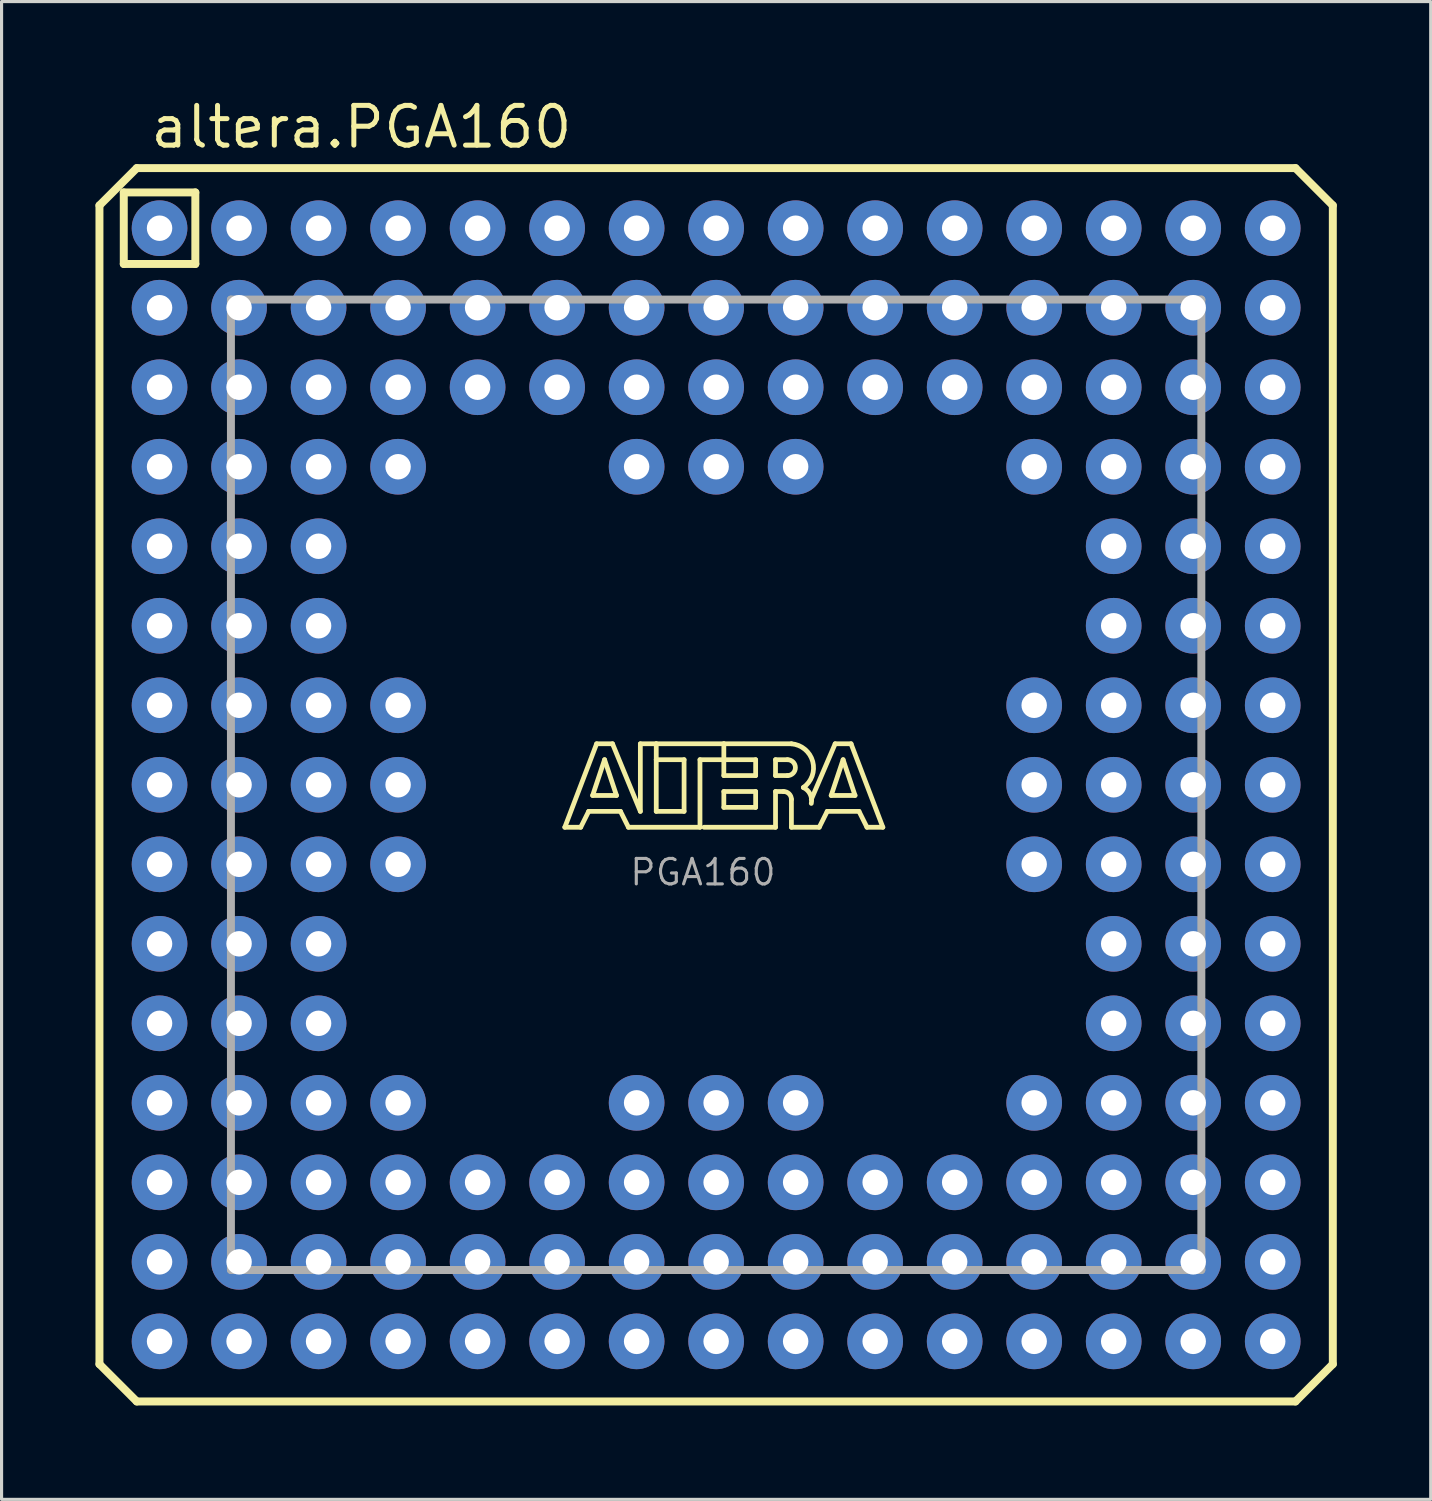
<source format=kicad_pcb>
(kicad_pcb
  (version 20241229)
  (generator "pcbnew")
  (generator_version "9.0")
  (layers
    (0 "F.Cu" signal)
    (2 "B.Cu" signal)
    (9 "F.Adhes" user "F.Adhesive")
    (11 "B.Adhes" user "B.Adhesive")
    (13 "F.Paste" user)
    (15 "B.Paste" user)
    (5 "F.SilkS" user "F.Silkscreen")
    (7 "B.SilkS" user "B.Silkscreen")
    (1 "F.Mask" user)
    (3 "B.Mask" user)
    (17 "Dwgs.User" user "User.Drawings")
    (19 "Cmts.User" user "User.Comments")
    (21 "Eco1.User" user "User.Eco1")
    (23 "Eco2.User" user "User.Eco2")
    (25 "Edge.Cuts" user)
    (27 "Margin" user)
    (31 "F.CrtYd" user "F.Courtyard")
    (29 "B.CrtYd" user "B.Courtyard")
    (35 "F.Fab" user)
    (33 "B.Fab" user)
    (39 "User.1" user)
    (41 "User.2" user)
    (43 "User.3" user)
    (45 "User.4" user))
  (footprint "altera.PGA160"
    (layer "F.Cu")
    (at 19.827 22.02)
    (property "Reference" "altera.PGA160" (at -18.15 -20.27 0) (layer "F.SilkS") (effects (font (size 1.27 1.27) (thickness 0.16)) (justify left bottom)))
    (attr through_hole)
    (fp_line (start -19.7 -18.508) (end -18.508 -19.7) (stroke (width 0.254) (type default)) (layer "F.SilkS"))
    (fp_line (start -19.7 18.508) (end -19.7 -18.508) (stroke (width 0.254) (type default)) (layer "F.SilkS"))
    (fp_line (start -18.923 -18.923) (end -16.637 -18.923) (stroke (width 0.254) (type default)) (layer "F.SilkS"))
    (fp_line (start -18.923 -16.637) (end -18.923 -18.923) (stroke (width 0.254) (type default)) (layer "F.SilkS"))
    (fp_line (start -18.508 -19.7) (end 18.508 -19.7) (stroke (width 0.254) (type default)) (layer "F.SilkS"))
    (fp_line (start -18.508 19.7) (end -19.7 18.508) (stroke (width 0.254) (type default)) (layer "F.SilkS"))
    (fp_line (start -16.637 -18.923) (end -16.637 -16.637) (stroke (width 0.254) (type default)) (layer "F.SilkS"))
    (fp_line (start -16.637 -16.637) (end -18.923 -16.637) (stroke (width 0.254) (type default)) (layer "F.SilkS"))
    (fp_line (start -4.834 1.357) (end -3.818 -1.31) (stroke (width 0.152) (type default)) (layer "F.SilkS"))
    (fp_line (start -4.326 1.357) (end -4.834 1.357) (stroke (width 0.152) (type default)) (layer "F.SilkS"))
    (fp_line (start -4.072 0.849) (end -4.326 1.357) (stroke (width 0.152) (type default)) (layer "F.SilkS"))
    (fp_line (start -3.945 0.341) (end -3.183 0.341) (stroke (width 0.152) (type default)) (layer "F.SilkS"))
    (fp_line (start -3.818 -1.31) (end -3.31 -1.31) (stroke (width 0.152) (type default)) (layer "F.SilkS"))
    (fp_line (start -3.564 -0.802) (end -3.945 0.341) (stroke (width 0.152) (type default)) (layer "F.SilkS"))
    (fp_line (start -3.31 -1.31) (end -2.421 0.849) (stroke (width 0.152) (type default)) (layer "F.SilkS"))
    (fp_line (start -3.183 0.341) (end -3.564 -0.802) (stroke (width 0.152) (type default)) (layer "F.SilkS"))
    (fp_line (start -3.056 0.849) (end -4.072 0.849) (stroke (width 0.152) (type default)) (layer "F.SilkS"))
    (fp_line (start -2.802 1.357) (end -3.056 0.849) (stroke (width 0.152) (type default)) (layer "F.SilkS"))
    (fp_line (start -2.421 -1.31) (end -1.913 -1.31) (stroke (width 0.152) (type default)) (layer "F.SilkS"))
    (fp_line (start -2.421 0.849) (end -2.421 -1.31) (stroke (width 0.152) (type default)) (layer "F.SilkS"))
    (fp_line (start -1.913 -1.31) (end -1.913 -0.802) (stroke (width 0.152) (type default)) (layer "F.SilkS"))
    (fp_line (start -1.913 -1.31) (end 0.246 -1.31) (stroke (width 0.152) (type default)) (layer "F.SilkS"))
    (fp_line (start -1.913 -0.802) (end -1.913 0.849) (stroke (width 0.152) (type default)) (layer "F.SilkS"))
    (fp_line (start -1.913 0.849) (end -1.024 0.849) (stroke (width 0.152) (type default)) (layer "F.SilkS"))
    (fp_line (start -1.024 -0.802) (end -1.913 -0.802) (stroke (width 0.152) (type default)) (layer "F.SilkS"))
    (fp_line (start -1.024 0.849) (end -1.024 -0.802) (stroke (width 0.152) (type default)) (layer "F.SilkS"))
    (fp_line (start -0.516 -0.802) (end -0.516 1.357) (stroke (width 0.152) (type default)) (layer "F.SilkS"))
    (fp_line (start -0.516 1.357) (end -2.802 1.357) (stroke (width 0.152) (type default)) (layer "F.SilkS"))
    (fp_line (start 0.246 -1.31) (end 0.246 -0.802) (stroke (width 0.152) (type default)) (layer "F.SilkS"))
    (fp_line (start 0.246 -1.31) (end 2.405 -1.31) (stroke (width 0.152) (type default)) (layer "F.SilkS"))
    (fp_line (start 0.246 -0.802) (end -0.516 -0.802) (stroke (width 0.152) (type default)) (layer "F.SilkS"))
    (fp_line (start 0.246 -0.802) (end 0.246 -0.294) (stroke (width 0.152) (type default)) (layer "F.SilkS"))
    (fp_line (start 0.246 -0.294) (end 1.262 -0.294) (stroke (width 0.152) (type default)) (layer "F.SilkS"))
    (fp_line (start 0.246 0.214) (end 1.262 0.214) (stroke (width 0.152) (type default)) (layer "F.SilkS"))
    (fp_line (start 0.246 0.722) (end 0.246 0.214) (stroke (width 0.152) (type default)) (layer "F.SilkS"))
    (fp_line (start 1.262 -0.802) (end 0.246 -0.802) (stroke (width 0.152) (type default)) (layer "F.SilkS"))
    (fp_line (start 1.262 -0.294) (end 1.262 -0.802) (stroke (width 0.152) (type default)) (layer "F.SilkS"))
    (fp_line (start 1.262 0.214) (end 1.262 0.722) (stroke (width 0.152) (type default)) (layer "F.SilkS"))
    (fp_line (start 1.262 0.722) (end 0.246 0.722) (stroke (width 0.152) (type default)) (layer "F.SilkS"))
    (fp_line (start 1.897 -0.802) (end 1.897 -0.294) (stroke (width 0.152) (type default)) (layer "F.SilkS"))
    (fp_line (start 1.897 -0.294) (end 2.278 -0.294) (stroke (width 0.152) (type default)) (layer "F.SilkS"))
    (fp_line (start 1.897 0.214) (end 1.897 1.357) (stroke (width 0.152) (type default)) (layer "F.SilkS"))
    (fp_line (start 1.897 0.214) (end 2.151 0.214) (stroke (width 0.152) (type default)) (layer "F.SilkS"))
    (fp_line (start 1.897 1.357) (end -0.389 1.357) (stroke (width 0.152) (type default)) (layer "F.SilkS"))
    (fp_line (start 2.278 -0.802) (end 1.897 -0.802) (stroke (width 0.152) (type default)) (layer "F.SilkS"))
    (fp_line (start 2.405 0.468) (end 2.405 1.357) (stroke (width 0.152) (type default)) (layer "F.SilkS"))
    (fp_line (start 2.405 1.357) (end 3.294 1.357) (stroke (width 0.152) (type default)) (layer "F.SilkS"))
    (fp_line (start 3.294 1.357) (end 3.548 0.849) (stroke (width 0.152) (type default)) (layer "F.SilkS"))
    (fp_line (start 3.548 0.849) (end 4.564 0.849) (stroke (width 0.152) (type default)) (layer "F.SilkS"))
    (fp_line (start 3.675 0.341) (end 4.056 -0.802) (stroke (width 0.152) (type default)) (layer "F.SilkS"))
    (fp_line (start 3.802 -1.31) (end 3.04 0.468) (stroke (width 0.152) (type default)) (layer "F.SilkS"))
    (fp_line (start 4.056 -0.802) (end 4.437 0.341) (stroke (width 0.152) (type default)) (layer "F.SilkS"))
    (fp_line (start 4.31 -1.31) (end 3.802 -1.31) (stroke (width 0.152) (type default)) (layer "F.SilkS"))
    (fp_line (start 4.437 0.341) (end 3.675 0.341) (stroke (width 0.152) (type default)) (layer "F.SilkS"))
    (fp_line (start 4.564 0.849) (end 4.818 1.357) (stroke (width 0.152) (type default)) (layer "F.SilkS"))
    (fp_line (start 4.818 1.357) (end 5.326 1.357) (stroke (width 0.152) (type default)) (layer "F.SilkS"))
    (fp_line (start 5.326 1.357) (end 4.31 -1.31) (stroke (width 0.152) (type default)) (layer "F.SilkS"))
    (fp_line (start 18.508 -19.7) (end 19.7 -18.508) (stroke (width 0.254) (type default)) (layer "F.SilkS"))
    (fp_line (start 18.508 19.7) (end -18.508 19.7) (stroke (width 0.254) (type default)) (layer "F.SilkS"))
    (fp_line (start 19.7 -18.508) (end 19.7 18.508) (stroke (width 0.254) (type default)) (layer "F.SilkS"))
    (fp_line (start 19.7 18.508) (end 18.508 19.7) (stroke (width 0.254) (type default)) (layer "F.SilkS"))
    (fp_arc (start 2.151 0.214) (mid 2.330605 0.288395) (end 2.405 0.468) (stroke (width 0.1524) (type default)) (layer "F.SilkS"))
    (fp_arc (start 2.278 -0.802) (mid 2.532 -0.548) (end 2.278 -0.294) (stroke (width 0.1524) (type default)) (layer "F.SilkS"))
    (fp_arc (start 2.405 -1.31) (mid 3.084953 -0.74477) (end 2.7861 0.0874) (stroke (width 0.1524) (type default)) (layer "F.SilkS"))
    (fp_arc (start 2.7861 0.0871) (mid 3.002081 0.296587) (end 3.0398 0.5951) (stroke (width 0.1524) (type default)) (layer "F.SilkS"))
    (fp_line (start -15.5 -15.5) (end -15.5 15.5) (stroke (width 0.254) (type default)) (layer "F.Fab"))
    (fp_line (start -15.5 15.5) (end 15.5 15.5) (stroke (width 0.254) (type default)) (layer "F.Fab"))
    (fp_line (start 15.5 -15.5) (end -15.5 -15.5) (stroke (width 0.254) (type default)) (layer "F.Fab"))
    (fp_line (start 15.5 15.5) (end 15.5 -15.5) (stroke (width 0.254) (type default)) (layer "F.Fab"))
    (fp_text user "PGA160" (at -2.81 3.27 0) (layer "F.Fab") (effects (font (size 0.813 0.813) (thickness 0.1)) (justify left bottom)))
    (pad "A1" thru_hole circle (at -17.78 -17.78) (size 1.778 1.778) (drill 0.813) (layers "*.Cu" "*.Mask"))
    (pad "A2" thru_hole circle (at -15.24 -17.78) (size 1.778 1.778) (drill 0.813) (layers "*.Cu" "*.Mask"))
    (pad "A3" thru_hole circle (at -12.7 -17.78) (size 1.778 1.778) (drill 0.813) (layers "*.Cu" "*.Mask"))
    (pad "A4" thru_hole circle (at -10.16 -17.78) (size 1.778 1.778) (drill 0.813) (layers "*.Cu" "*.Mask"))
    (pad "A5" thru_hole circle (at -7.62 -17.78) (size 1.778 1.778) (drill 0.813) (layers "*.Cu" "*.Mask"))
    (pad "A6" thru_hole circle (at -5.08 -17.78) (size 1.778 1.778) (drill 0.813) (layers "*.Cu" "*.Mask"))
    (pad "A7" thru_hole circle (at -2.54 -17.78) (size 1.778 1.778) (drill 0.813) (layers "*.Cu" "*.Mask"))
    (pad "A8" thru_hole circle (at 0 -17.78) (size 1.778 1.778) (drill 0.813) (layers "*.Cu" "*.Mask"))
    (pad "A9" thru_hole circle (at 2.54 -17.78) (size 1.778 1.778) (drill 0.813) (layers "*.Cu" "*.Mask"))
    (pad "A10" thru_hole circle (at 5.08 -17.78) (size 1.778 1.778) (drill 0.813) (layers "*.Cu" "*.Mask"))
    (pad "A11" thru_hole circle (at 7.62 -17.78) (size 1.778 1.778) (drill 0.813) (layers "*.Cu" "*.Mask"))
    (pad "A12" thru_hole circle (at 10.16 -17.78) (size 1.778 1.778) (drill 0.813) (layers "*.Cu" "*.Mask"))
    (pad "A13" thru_hole circle (at 12.7 -17.78) (size 1.778 1.778) (drill 0.813) (layers "*.Cu" "*.Mask"))
    (pad "A14" thru_hole circle (at 15.24 -17.78) (size 1.778 1.778) (drill 0.813) (layers "*.Cu" "*.Mask"))
    (pad "A15" thru_hole circle (at 17.78 -17.78) (size 1.778 1.778) (drill 0.813) (layers "*.Cu" "*.Mask"))
    (pad "B1" thru_hole circle (at -17.78 -15.24) (size 1.778 1.778) (drill 0.813) (layers "*.Cu" "*.Mask"))
    (pad "B2" thru_hole circle (at -15.24 -15.24) (size 1.778 1.778) (drill 0.813) (layers "*.Cu" "*.Mask"))
    (pad "B3" thru_hole circle (at -12.7 -15.24) (size 1.778 1.778) (drill 0.813) (layers "*.Cu" "*.Mask"))
    (pad "B4" thru_hole circle (at -10.16 -15.24) (size 1.778 1.778) (drill 0.813) (layers "*.Cu" "*.Mask"))
    (pad "B5" thru_hole circle (at -7.62 -15.24) (size 1.778 1.778) (drill 0.813) (layers "*.Cu" "*.Mask"))
    (pad "B6" thru_hole circle (at -5.08 -15.24) (size 1.778 1.778) (drill 0.813) (layers "*.Cu" "*.Mask"))
    (pad "B7" thru_hole circle (at -2.54 -15.24) (size 1.778 1.778) (drill 0.813) (layers "*.Cu" "*.Mask"))
    (pad "B8" thru_hole circle (at 0 -15.24) (size 1.778 1.778) (drill 0.813) (layers "*.Cu" "*.Mask"))
    (pad "B9" thru_hole circle (at 2.54 -15.24) (size 1.778 1.778) (drill 0.813) (layers "*.Cu" "*.Mask"))
    (pad "B10" thru_hole circle (at 5.08 -15.24) (size 1.778 1.778) (drill 0.813) (layers "*.Cu" "*.Mask"))
    (pad "B11" thru_hole circle (at 7.62 -15.24) (size 1.778 1.778) (drill 0.813) (layers "*.Cu" "*.Mask"))
    (pad "B12" thru_hole circle (at 10.16 -15.24) (size 1.778 1.778) (drill 0.813) (layers "*.Cu" "*.Mask"))
    (pad "B13" thru_hole circle (at 12.7 -15.24) (size 1.778 1.778) (drill 0.813) (layers "*.Cu" "*.Mask"))
    (pad "B14" thru_hole circle (at 15.24 -15.24) (size 1.778 1.778) (drill 0.813) (layers "*.Cu" "*.Mask"))
    (pad "B15" thru_hole circle (at 17.78 -15.24) (size 1.778 1.778) (drill 0.813) (layers "*.Cu" "*.Mask"))
    (pad "C1" thru_hole circle (at -17.78 -12.7) (size 1.778 1.778) (drill 0.813) (layers "*.Cu" "*.Mask"))
    (pad "C2" thru_hole circle (at -15.24 -12.7) (size 1.778 1.778) (drill 0.813) (layers "*.Cu" "*.Mask"))
    (pad "C3" thru_hole circle (at -12.7 -12.7) (size 1.778 1.778) (drill 0.813) (layers "*.Cu" "*.Mask"))
    (pad "C4" thru_hole circle (at -10.16 -12.7) (size 1.778 1.778) (drill 0.813) (layers "*.Cu" "*.Mask"))
    (pad "C5" thru_hole circle (at -7.62 -12.7) (size 1.778 1.778) (drill 0.813) (layers "*.Cu" "*.Mask"))
    (pad "C6" thru_hole circle (at -5.08 -12.7) (size 1.778 1.778) (drill 0.813) (layers "*.Cu" "*.Mask"))
    (pad "C7" thru_hole circle (at -2.54 -12.7) (size 1.778 1.778) (drill 0.813) (layers "*.Cu" "*.Mask"))
    (pad "C8" thru_hole circle (at 0 -12.7) (size 1.778 1.778) (drill 0.813) (layers "*.Cu" "*.Mask"))
    (pad "C9" thru_hole circle (at 2.54 -12.7) (size 1.778 1.778) (drill 0.813) (layers "*.Cu" "*.Mask"))
    (pad "C10" thru_hole circle (at 5.08 -12.7) (size 1.778 1.778) (drill 0.813) (layers "*.Cu" "*.Mask"))
    (pad "C11" thru_hole circle (at 7.62 -12.7) (size 1.778 1.778) (drill 0.813) (layers "*.Cu" "*.Mask"))
    (pad "C12" thru_hole circle (at 10.16 -12.7) (size 1.778 1.778) (drill 0.813) (layers "*.Cu" "*.Mask"))
    (pad "C13" thru_hole circle (at 12.7 -12.7) (size 1.778 1.778) (drill 0.813) (layers "*.Cu" "*.Mask"))
    (pad "C14" thru_hole circle (at 15.24 -12.7) (size 1.778 1.778) (drill 0.813) (layers "*.Cu" "*.Mask"))
    (pad "C15" thru_hole circle (at 17.78 -12.7) (size 1.778 1.778) (drill 0.813) (layers "*.Cu" "*.Mask"))
    (pad "D1" thru_hole circle (at -17.78 -10.16) (size 1.778 1.778) (drill 0.813) (layers "*.Cu" "*.Mask"))
    (pad "D2" thru_hole circle (at -15.24 -10.16) (size 1.778 1.778) (drill 0.813) (layers "*.Cu" "*.Mask"))
    (pad "D3" thru_hole circle (at -12.7 -10.16) (size 1.778 1.778) (drill 0.813) (layers "*.Cu" "*.Mask"))
    (pad "D4" thru_hole circle (at -10.16 -10.16) (size 1.778 1.778) (drill 0.813) (layers "*.Cu" "*.Mask"))
    (pad "D7" thru_hole circle (at -2.54 -10.16) (size 1.778 1.778) (drill 0.813) (layers "*.Cu" "*.Mask"))
    (pad "D8" thru_hole circle (at 0 -10.16) (size 1.778 1.778) (drill 0.813) (layers "*.Cu" "*.Mask"))
    (pad "D9" thru_hole circle (at 2.54 -10.16) (size 1.778 1.778) (drill 0.813) (layers "*.Cu" "*.Mask"))
    (pad "D12" thru_hole circle (at 10.16 -10.16) (size 1.778 1.778) (drill 0.813) (layers "*.Cu" "*.Mask"))
    (pad "D13" thru_hole circle (at 12.7 -10.16) (size 1.778 1.778) (drill 0.813) (layers "*.Cu" "*.Mask"))
    (pad "D14" thru_hole circle (at 15.24 -10.16) (size 1.778 1.778) (drill 0.813) (layers "*.Cu" "*.Mask"))
    (pad "D15" thru_hole circle (at 17.78 -10.16) (size 1.778 1.778) (drill 0.813) (layers "*.Cu" "*.Mask"))
    (pad "E1" thru_hole circle (at -17.78 -7.62) (size 1.778 1.778) (drill 0.813) (layers "*.Cu" "*.Mask"))
    (pad "E2" thru_hole circle (at -15.24 -7.62) (size 1.778 1.778) (drill 0.813) (layers "*.Cu" "*.Mask"))
    (pad "E3" thru_hole circle (at -12.7 -7.62) (size 1.778 1.778) (drill 0.813) (layers "*.Cu" "*.Mask"))
    (pad "E13" thru_hole circle (at 12.7 -7.62) (size 1.778 1.778) (drill 0.813) (layers "*.Cu" "*.Mask"))
    (pad "E14" thru_hole circle (at 15.24 -7.62) (size 1.778 1.778) (drill 0.813) (layers "*.Cu" "*.Mask"))
    (pad "E15" thru_hole circle (at 17.78 -7.62) (size 1.778 1.778) (drill 0.813) (layers "*.Cu" "*.Mask"))
    (pad "F1" thru_hole circle (at -17.78 -5.08) (size 1.778 1.778) (drill 0.813) (layers "*.Cu" "*.Mask"))
    (pad "F2" thru_hole circle (at -15.24 -5.08) (size 1.778 1.778) (drill 0.813) (layers "*.Cu" "*.Mask"))
    (pad "F3" thru_hole circle (at -12.7 -5.08) (size 1.778 1.778) (drill 0.813) (layers "*.Cu" "*.Mask"))
    (pad "F13" thru_hole circle (at 12.7 -5.08) (size 1.778 1.778) (drill 0.813) (layers "*.Cu" "*.Mask"))
    (pad "F14" thru_hole circle (at 15.24 -5.08) (size 1.778 1.778) (drill 0.813) (layers "*.Cu" "*.Mask"))
    (pad "F15" thru_hole circle (at 17.78 -5.08) (size 1.778 1.778) (drill 0.813) (layers "*.Cu" "*.Mask"))
    (pad "G1" thru_hole circle (at -17.78 -2.54) (size 1.778 1.778) (drill 0.813) (layers "*.Cu" "*.Mask"))
    (pad "G2" thru_hole circle (at -15.24 -2.54) (size 1.778 1.778) (drill 0.813) (layers "*.Cu" "*.Mask"))
    (pad "G3" thru_hole circle (at -12.7 -2.54) (size 1.778 1.778) (drill 0.813) (layers "*.Cu" "*.Mask"))
    (pad "G4" thru_hole circle (at -10.16 -2.54) (size 1.778 1.778) (drill 0.813) (layers "*.Cu" "*.Mask"))
    (pad "G12" thru_hole circle (at 10.16 -2.54) (size 1.778 1.778) (drill 0.813) (layers "*.Cu" "*.Mask"))
    (pad "G13" thru_hole circle (at 12.7 -2.54) (size 1.778 1.778) (drill 0.813) (layers "*.Cu" "*.Mask"))
    (pad "G14" thru_hole circle (at 15.24 -2.54) (size 1.778 1.778) (drill 0.813) (layers "*.Cu" "*.Mask"))
    (pad "G15" thru_hole circle (at 17.78 -2.54) (size 1.778 1.778) (drill 0.813) (layers "*.Cu" "*.Mask"))
    (pad "H1" thru_hole circle (at -17.78 0) (size 1.778 1.778) (drill 0.813) (layers "*.Cu" "*.Mask"))
    (pad "H2" thru_hole circle (at -15.24 0) (size 1.778 1.778) (drill 0.813) (layers "*.Cu" "*.Mask"))
    (pad "H3" thru_hole circle (at -12.7 0) (size 1.778 1.778) (drill 0.813) (layers "*.Cu" "*.Mask"))
    (pad "H4" thru_hole circle (at -10.16 0) (size 1.778 1.778) (drill 0.813) (layers "*.Cu" "*.Mask"))
    (pad "H12" thru_hole circle (at 10.16 0) (size 1.778 1.778) (drill 0.813) (layers "*.Cu" "*.Mask"))
    (pad "H13" thru_hole circle (at 12.7 0) (size 1.778 1.778) (drill 0.813) (layers "*.Cu" "*.Mask"))
    (pad "H14" thru_hole circle (at 15.24 0) (size 1.778 1.778) (drill 0.813) (layers "*.Cu" "*.Mask"))
    (pad "H15" thru_hole circle (at 17.78 0) (size 1.778 1.778) (drill 0.813) (layers "*.Cu" "*.Mask"))
    (pad "J1" thru_hole circle (at -17.78 2.54) (size 1.778 1.778) (drill 0.813) (layers "*.Cu" "*.Mask"))
    (pad "J2" thru_hole circle (at -15.24 2.54) (size 1.778 1.778) (drill 0.813) (layers "*.Cu" "*.Mask"))
    (pad "J3" thru_hole circle (at -12.7 2.54) (size 1.778 1.778) (drill 0.813) (layers "*.Cu" "*.Mask"))
    (pad "J4" thru_hole circle (at -10.16 2.54) (size 1.778 1.778) (drill 0.813) (layers "*.Cu" "*.Mask"))
    (pad "J12" thru_hole circle (at 10.16 2.54) (size 1.778 1.778) (drill 0.813) (layers "*.Cu" "*.Mask"))
    (pad "J13" thru_hole circle (at 12.7 2.54) (size 1.778 1.778) (drill 0.813) (layers "*.Cu" "*.Mask"))
    (pad "J14" thru_hole circle (at 15.24 2.54) (size 1.778 1.778) (drill 0.813) (layers "*.Cu" "*.Mask"))
    (pad "J15" thru_hole circle (at 17.78 2.54) (size 1.778 1.778) (drill 0.813) (layers "*.Cu" "*.Mask"))
    (pad "K1" thru_hole circle (at -17.78 5.08) (size 1.778 1.778) (drill 0.813) (layers "*.Cu" "*.Mask"))
    (pad "K2" thru_hole circle (at -15.24 5.08) (size 1.778 1.778) (drill 0.813) (layers "*.Cu" "*.Mask"))
    (pad "K3" thru_hole circle (at -12.7 5.08) (size 1.778 1.778) (drill 0.813) (layers "*.Cu" "*.Mask"))
    (pad "K13" thru_hole circle (at 12.7 5.08) (size 1.778 1.778) (drill 0.813) (layers "*.Cu" "*.Mask"))
    (pad "K14" thru_hole circle (at 15.24 5.08) (size 1.778 1.778) (drill 0.813) (layers "*.Cu" "*.Mask"))
    (pad "K15" thru_hole circle (at 17.78 5.08) (size 1.778 1.778) (drill 0.813) (layers "*.Cu" "*.Mask"))
    (pad "L1" thru_hole circle (at -17.78 7.62) (size 1.778 1.778) (drill 0.813) (layers "*.Cu" "*.Mask"))
    (pad "L2" thru_hole circle (at -15.24 7.62) (size 1.778 1.778) (drill 0.813) (layers "*.Cu" "*.Mask"))
    (pad "L3" thru_hole circle (at -12.7 7.62) (size 1.778 1.778) (drill 0.813) (layers "*.Cu" "*.Mask"))
    (pad "L13" thru_hole circle (at 12.7 7.62) (size 1.778 1.778) (drill 0.813) (layers "*.Cu" "*.Mask"))
    (pad "L14" thru_hole circle (at 15.24 7.62) (size 1.778 1.778) (drill 0.813) (layers "*.Cu" "*.Mask"))
    (pad "L15" thru_hole circle (at 17.78 7.62) (size 1.778 1.778) (drill 0.813) (layers "*.Cu" "*.Mask"))
    (pad "M1" thru_hole circle (at -17.78 10.16) (size 1.778 1.778) (drill 0.813) (layers "*.Cu" "*.Mask"))
    (pad "M2" thru_hole circle (at -15.24 10.16) (size 1.778 1.778) (drill 0.813) (layers "*.Cu" "*.Mask"))
    (pad "M3" thru_hole circle (at -12.7 10.16) (size 1.778 1.778) (drill 0.813) (layers "*.Cu" "*.Mask"))
    (pad "M4" thru_hole circle (at -10.16 10.16) (size 1.778 1.778) (drill 0.813) (layers "*.Cu" "*.Mask"))
    (pad "M7" thru_hole circle (at -2.54 10.16) (size 1.778 1.778) (drill 0.813) (layers "*.Cu" "*.Mask"))
    (pad "M8" thru_hole circle (at 0 10.16) (size 1.778 1.778) (drill 0.813) (layers "*.Cu" "*.Mask"))
    (pad "M9" thru_hole circle (at 2.54 10.16) (size 1.778 1.778) (drill 0.813) (layers "*.Cu" "*.Mask"))
    (pad "M12" thru_hole circle (at 10.16 10.16) (size 1.778 1.778) (drill 0.813) (layers "*.Cu" "*.Mask"))
    (pad "M13" thru_hole circle (at 12.7 10.16) (size 1.778 1.778) (drill 0.813) (layers "*.Cu" "*.Mask"))
    (pad "M14" thru_hole circle (at 15.24 10.16) (size 1.778 1.778) (drill 0.813) (layers "*.Cu" "*.Mask"))
    (pad "M15" thru_hole circle (at 17.78 10.16) (size 1.778 1.778) (drill 0.813) (layers "*.Cu" "*.Mask"))
    (pad "N1" thru_hole circle (at -17.78 12.7) (size 1.778 1.778) (drill 0.813) (layers "*.Cu" "*.Mask"))
    (pad "N2" thru_hole circle (at -15.24 12.7) (size 1.778 1.778) (drill 0.813) (layers "*.Cu" "*.Mask"))
    (pad "N3" thru_hole circle (at -12.7 12.7) (size 1.778 1.778) (drill 0.813) (layers "*.Cu" "*.Mask"))
    (pad "N4" thru_hole circle (at -10.16 12.7) (size 1.778 1.778) (drill 0.813) (layers "*.Cu" "*.Mask"))
    (pad "N5" thru_hole circle (at -7.62 12.7) (size 1.778 1.778) (drill 0.813) (layers "*.Cu" "*.Mask"))
    (pad "N6" thru_hole circle (at -5.08 12.7) (size 1.778 1.778) (drill 0.813) (layers "*.Cu" "*.Mask"))
    (pad "N7" thru_hole circle (at -2.54 12.7) (size 1.778 1.778) (drill 0.813) (layers "*.Cu" "*.Mask"))
    (pad "N8" thru_hole circle (at 0 12.7) (size 1.778 1.778) (drill 0.813) (layers "*.Cu" "*.Mask"))
    (pad "N9" thru_hole circle (at 2.54 12.7) (size 1.778 1.778) (drill 0.813) (layers "*.Cu" "*.Mask"))
    (pad "N10" thru_hole circle (at 5.08 12.7) (size 1.778 1.778) (drill 0.813) (layers "*.Cu" "*.Mask"))
    (pad "N11" thru_hole circle (at 7.62 12.7) (size 1.778 1.778) (drill 0.813) (layers "*.Cu" "*.Mask"))
    (pad "N12" thru_hole circle (at 10.16 12.7) (size 1.778 1.778) (drill 0.813) (layers "*.Cu" "*.Mask"))
    (pad "N13" thru_hole circle (at 12.7 12.7) (size 1.778 1.778) (drill 0.813) (layers "*.Cu" "*.Mask"))
    (pad "N14" thru_hole circle (at 15.24 12.7) (size 1.778 1.778) (drill 0.813) (layers "*.Cu" "*.Mask"))
    (pad "N15" thru_hole circle (at 17.78 12.7) (size 1.778 1.778) (drill 0.813) (layers "*.Cu" "*.Mask"))
    (pad "P1" thru_hole circle (at -17.78 15.24) (size 1.778 1.778) (drill 0.813) (layers "*.Cu" "*.Mask"))
    (pad "P2" thru_hole circle (at -15.24 15.24) (size 1.778 1.778) (drill 0.813) (layers "*.Cu" "*.Mask"))
    (pad "P3" thru_hole circle (at -12.7 15.24) (size 1.778 1.778) (drill 0.813) (layers "*.Cu" "*.Mask"))
    (pad "P4" thru_hole circle (at -10.16 15.24) (size 1.778 1.778) (drill 0.813) (layers "*.Cu" "*.Mask"))
    (pad "P5" thru_hole circle (at -7.62 15.24) (size 1.778 1.778) (drill 0.813) (layers "*.Cu" "*.Mask"))
    (pad "P6" thru_hole circle (at -5.08 15.24) (size 1.778 1.778) (drill 0.813) (layers "*.Cu" "*.Mask"))
    (pad "P7" thru_hole circle (at -2.54 15.24) (size 1.778 1.778) (drill 0.813) (layers "*.Cu" "*.Mask"))
    (pad "P8" thru_hole circle (at 0 15.24) (size 1.778 1.778) (drill 0.813) (layers "*.Cu" "*.Mask"))
    (pad "P9" thru_hole circle (at 2.54 15.24) (size 1.778 1.778) (drill 0.813) (layers "*.Cu" "*.Mask"))
    (pad "P10" thru_hole circle (at 5.08 15.24) (size 1.778 1.778) (drill 0.813) (layers "*.Cu" "*.Mask"))
    (pad "P11" thru_hole circle (at 7.62 15.24) (size 1.778 1.778) (drill 0.813) (layers "*.Cu" "*.Mask"))
    (pad "P12" thru_hole circle (at 10.16 15.24) (size 1.778 1.778) (drill 0.813) (layers "*.Cu" "*.Mask"))
    (pad "P13" thru_hole circle (at 12.7 15.24) (size 1.778 1.778) (drill 0.813) (layers "*.Cu" "*.Mask"))
    (pad "P14" thru_hole circle (at 15.24 15.24) (size 1.778 1.778) (drill 0.813) (layers "*.Cu" "*.Mask"))
    (pad "P15" thru_hole circle (at 17.78 15.24) (size 1.778 1.778) (drill 0.813) (layers "*.Cu" "*.Mask"))
    (pad "R1" thru_hole circle (at -17.78 17.78) (size 1.778 1.778) (drill 0.813) (layers "*.Cu" "*.Mask"))
    (pad "R2" thru_hole circle (at -15.24 17.78) (size 1.778 1.778) (drill 0.813) (layers "*.Cu" "*.Mask"))
    (pad "R3" thru_hole circle (at -12.7 17.78) (size 1.778 1.778) (drill 0.813) (layers "*.Cu" "*.Mask"))
    (pad "R4" thru_hole circle (at -10.16 17.78) (size 1.778 1.778) (drill 0.813) (layers "*.Cu" "*.Mask"))
    (pad "R5" thru_hole circle (at -7.62 17.78) (size 1.778 1.778) (drill 0.813) (layers "*.Cu" "*.Mask"))
    (pad "R6" thru_hole circle (at -5.08 17.78) (size 1.778 1.778) (drill 0.813) (layers "*.Cu" "*.Mask"))
    (pad "R7" thru_hole circle (at -2.54 17.78) (size 1.778 1.778) (drill 0.813) (layers "*.Cu" "*.Mask"))
    (pad "R8" thru_hole circle (at 0 17.78) (size 1.778 1.778) (drill 0.813) (layers "*.Cu" "*.Mask"))
    (pad "R9" thru_hole circle (at 2.54 17.78) (size 1.778 1.778) (drill 0.813) (layers "*.Cu" "*.Mask"))
    (pad "R10" thru_hole circle (at 5.08 17.78) (size 1.778 1.778) (drill 0.813) (layers "*.Cu" "*.Mask"))
    (pad "R11" thru_hole circle (at 7.62 17.78) (size 1.778 1.778) (drill 0.813) (layers "*.Cu" "*.Mask"))
    (pad "R12" thru_hole circle (at 10.16 17.78) (size 1.778 1.778) (drill 0.813) (layers "*.Cu" "*.Mask"))
    (pad "R13" thru_hole circle (at 12.7 17.78) (size 1.778 1.778) (drill 0.813) (layers "*.Cu" "*.Mask"))
    (pad "R14" thru_hole circle (at 15.24 17.78) (size 1.778 1.778) (drill 0.813) (layers "*.Cu" "*.Mask"))
    (pad "R15" thru_hole circle (at 17.78 17.78) (size 1.778 1.778) (drill 0.813) (layers "*.Cu" "*.Mask")))
  (gr_rect
    (start -3 -3)
    (end 42.654 44.847)
    (stroke (width 0.1) (type default))
    (fill no)
    (layer "Edge.Cuts")))
</source>
